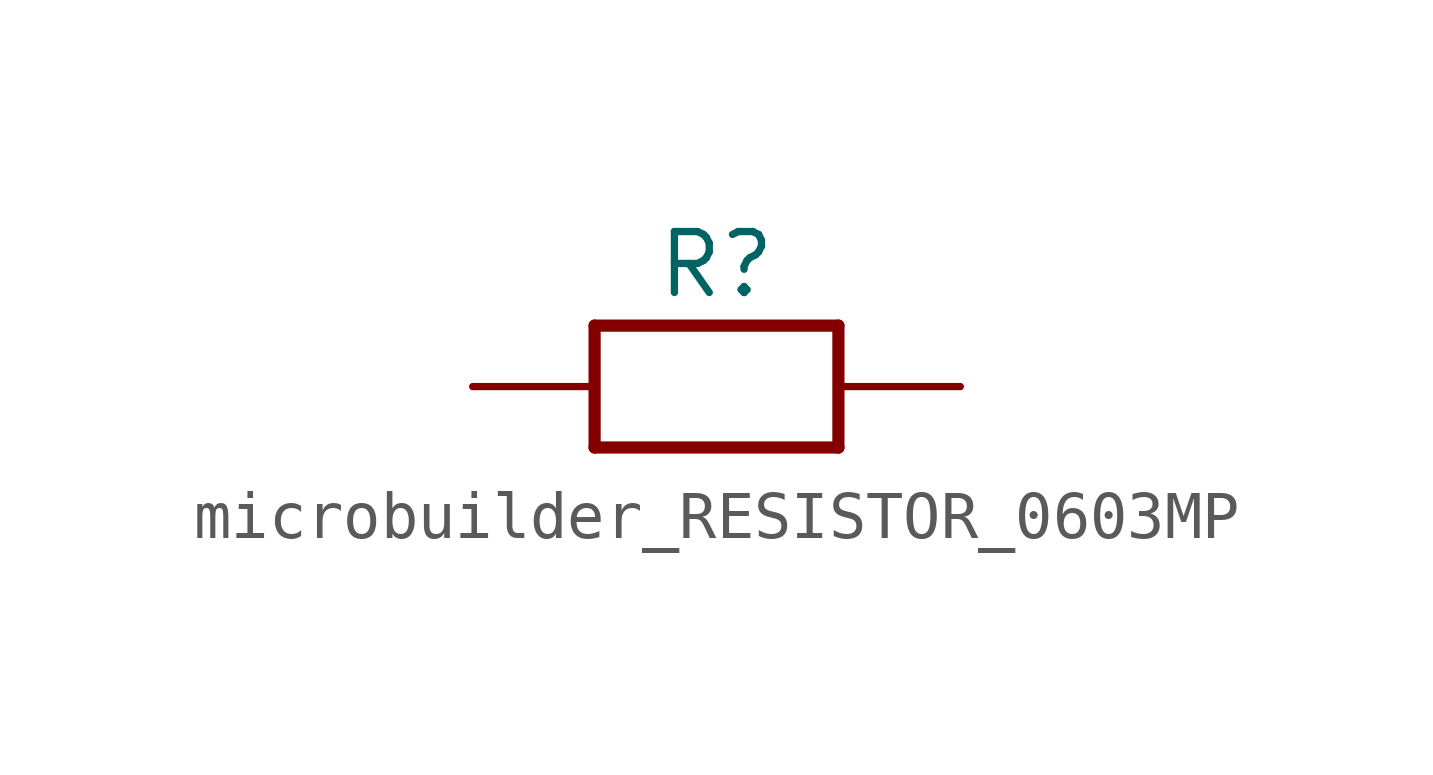
<source format=kicad_sym>
(kicad_symbol_lib
  (version 20231120)
  (generator "kicad_symbol_editor")
  (generator_version "8.0")
  (symbol "microbuilder_RESISTOR_0603MP"
    (property "Reference" "R"
      (at 0 2.54 0)
      (effects (font (size 1.27 1.27))))
    (property "Value" ""
      (at 0 0 0)
      (effects (font (size 1.016 1.016) (thickness 0.203) (bold yes))))
    (property "ki_locked" ""
      (at 0 0 0)
      (effects (font (size 1.27 1.27))))
    (symbol "microbuilder_RESISTOR_0603MP_1_0"
      (polyline (pts (xy -2.54 -1.27) (xy -2.54 1.27)) (stroke (width 0.254) (type solid)) (fill (type none)))
      (polyline (pts (xy -2.54 1.27) (xy 2.54 1.27)) (stroke (width 0.254) (type solid)) (fill (type none)))
      (polyline (pts (xy 2.54 -1.27) (xy -2.54 -1.27)) (stroke (width 0.254) (type solid)) (fill (type none)))
      (polyline (pts (xy 2.54 1.27) (xy 2.54 -1.27)) (stroke (width 0.254) (type solid)) (fill (type none)))
      (pin passive line (at -5.08 0 0) (length 2.54) (name "1" (effects (font (size 0 0)))) (number "1" (effects (font (size 0 0)))))
      (pin passive line (at 5.08 0 180) (length 2.54) (name "2" (effects (font (size 0 0)))) (number "2" (effects (font (size 0 0))))))))
</source>
